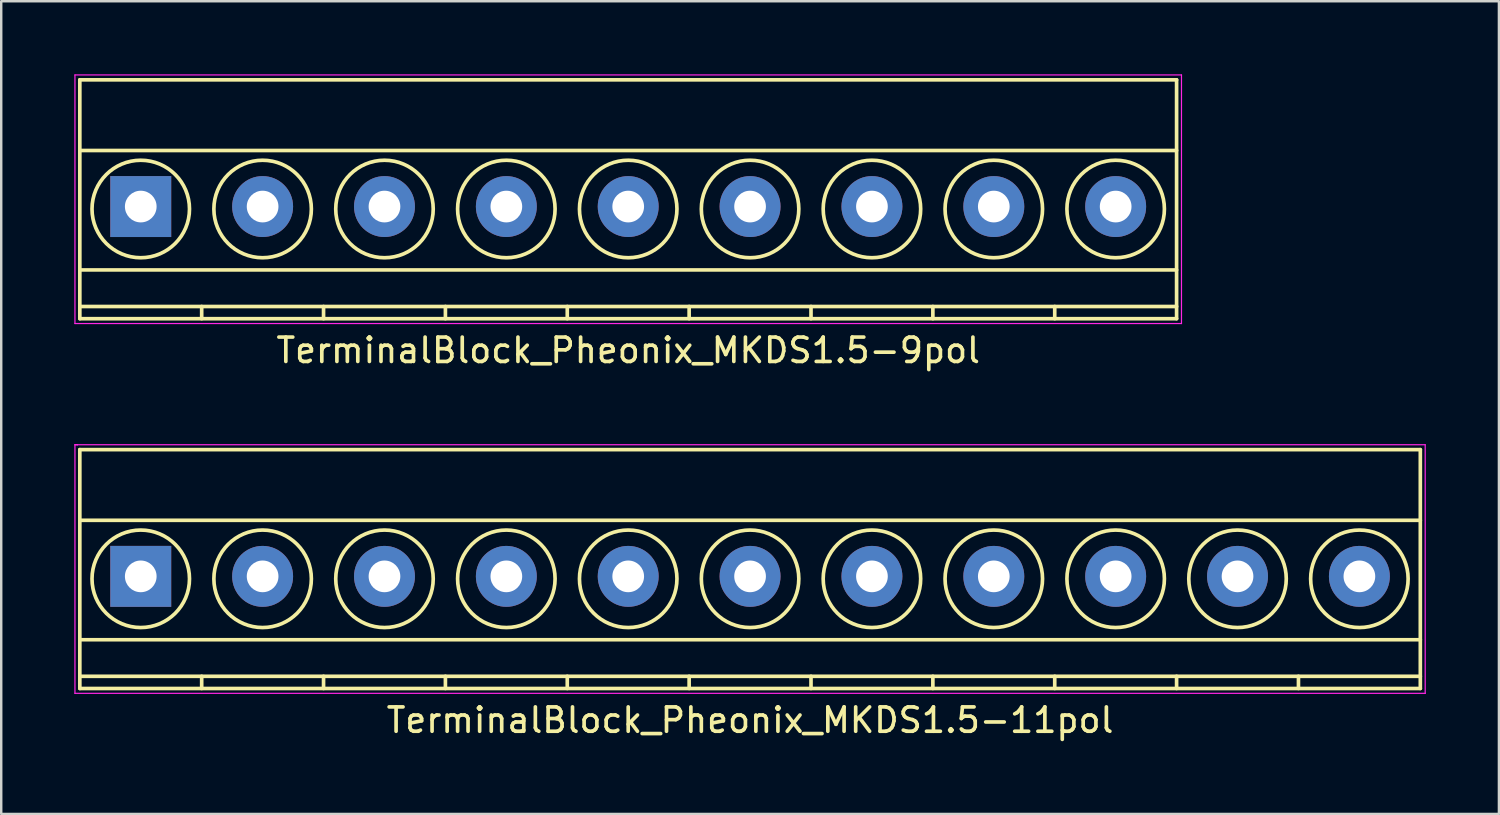
<source format=kicad_pcb>
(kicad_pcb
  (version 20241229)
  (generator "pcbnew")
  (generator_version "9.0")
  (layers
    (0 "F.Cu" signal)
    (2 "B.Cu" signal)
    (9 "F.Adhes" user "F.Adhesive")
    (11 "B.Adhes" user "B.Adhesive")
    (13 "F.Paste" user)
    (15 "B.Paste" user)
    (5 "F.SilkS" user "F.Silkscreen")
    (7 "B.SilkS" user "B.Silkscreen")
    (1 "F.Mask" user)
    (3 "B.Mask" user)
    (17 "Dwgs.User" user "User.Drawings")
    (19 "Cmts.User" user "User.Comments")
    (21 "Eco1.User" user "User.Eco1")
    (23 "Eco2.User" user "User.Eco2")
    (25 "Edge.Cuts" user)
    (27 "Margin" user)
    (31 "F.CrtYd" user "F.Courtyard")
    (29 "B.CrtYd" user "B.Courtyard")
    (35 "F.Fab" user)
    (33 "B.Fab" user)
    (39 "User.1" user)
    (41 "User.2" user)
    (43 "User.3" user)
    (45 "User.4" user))
  (footprint "TerminalBlock_Pheonix_MKDS1.5-11pol"
    (layer "F.Cu")
    (at 2.725 20.598)
    (property "Reference" "TerminalBlock_Pheonix_MKDS1.5-11pol" (at 25 5.9 0) (layer "F.SilkS") (effects (font (size 1 1) (thickness 0.15))))
    (attr through_hole)
    (fp_line (start -2.5 -5.2) (end -2.5 4.6) (stroke (width 0.15) (type solid)) (layer "F.SilkS"))
    (fp_line (start -2.5 -2.3) (end 52.5 -2.3) (stroke (width 0.15) (type solid)) (layer "F.SilkS"))
    (fp_line (start -2.5 2.6) (end 52.5 2.6) (stroke (width 0.15) (type solid)) (layer "F.SilkS"))
    (fp_line (start -2.5 4.1) (end 52.5 4.1) (stroke (width 0.15) (type solid)) (layer "F.SilkS"))
    (fp_line (start -2.5 4.6) (end 52.5 4.6) (stroke (width 0.15) (type solid)) (layer "F.SilkS"))
    (fp_line (start 2.5 4.1) (end 2.5 4.6) (stroke (width 0.15) (type solid)) (layer "F.SilkS"))
    (fp_line (start 7.5 4.1) (end 7.5 4.6) (stroke (width 0.15) (type solid)) (layer "F.SilkS"))
    (fp_line (start 12.5 4.1) (end 12.5 4.6) (stroke (width 0.15) (type solid)) (layer "F.SilkS"))
    (fp_line (start 17.5 4.1) (end 17.5 4.6) (stroke (width 0.15) (type solid)) (layer "F.SilkS"))
    (fp_line (start 22.5 4.1) (end 22.5 4.6) (stroke (width 0.15) (type solid)) (layer "F.SilkS"))
    (fp_line (start 27.5 4.1) (end 27.5 4.6) (stroke (width 0.15) (type solid)) (layer "F.SilkS"))
    (fp_line (start 32.5 4.1) (end 32.5 4.6) (stroke (width 0.15) (type solid)) (layer "F.SilkS"))
    (fp_line (start 37.5 4.1) (end 37.5 4.6) (stroke (width 0.15) (type solid)) (layer "F.SilkS"))
    (fp_line (start 42.5 4.1) (end 42.5 4.6) (stroke (width 0.15) (type solid)) (layer "F.SilkS"))
    (fp_line (start 47.5 4.1) (end 47.5 4.6) (stroke (width 0.15) (type solid)) (layer "F.SilkS"))
    (fp_line (start 52.5 -5.2) (end -2.5 -5.2) (stroke (width 0.15) (type solid)) (layer "F.SilkS"))
    (fp_line (start 52.5 4.6) (end 52.5 -5.2) (stroke (width 0.15) (type solid)) (layer "F.SilkS"))
    (fp_circle (center 0 0.1) (end 2 0.1) (stroke (width 0.15) (type solid)) (fill no) (layer "F.SilkS"))
    (fp_circle (center 5 0.1) (end 3 0.1) (stroke (width 0.15) (type solid)) (fill no) (layer "F.SilkS"))
    (fp_circle (center 10 0.1) (end 8 0.1) (stroke (width 0.15) (type solid)) (fill no) (layer "F.SilkS"))
    (fp_circle (center 15 0.1) (end 13 0.1) (stroke (width 0.15) (type solid)) (fill no) (layer "F.SilkS"))
    (fp_circle (center 20 0.1) (end 18 0.1) (stroke (width 0.15) (type solid)) (fill no) (layer "F.SilkS"))
    (fp_circle (center 25 0.1) (end 23 0.1) (stroke (width 0.15) (type solid)) (fill no) (layer "F.SilkS"))
    (fp_circle (center 30 0.1) (end 28 0.1) (stroke (width 0.15) (type solid)) (fill no) (layer "F.SilkS"))
    (fp_circle (center 35 0.1) (end 33 0.1) (stroke (width 0.15) (type solid)) (fill no) (layer "F.SilkS"))
    (fp_circle (center 40 0.1) (end 38 0.1) (stroke (width 0.15) (type solid)) (fill no) (layer "F.SilkS"))
    (fp_circle (center 45 0.1) (end 43 0.1) (stroke (width 0.15) (type solid)) (fill no) (layer "F.SilkS"))
    (fp_circle (center 50 0.1) (end 48 0.1) (stroke (width 0.15) (type solid)) (fill no) (layer "F.SilkS"))
    (fp_line (start -2.7 -5.4) (end -2.7 4.8) (stroke (width 0.05) (type solid)) (layer "F.CrtYd"))
    (fp_line (start -2.7 -5.4) (end -2.6 -5.4) (stroke (width 0.05) (type solid)) (layer "F.CrtYd"))
    (fp_line (start -2.7 4.8) (end 52.7 4.8) (stroke (width 0.05) (type solid)) (layer "F.CrtYd"))
    (fp_line (start -2.6 -5.4) (end -2.7 -5.4) (stroke (width 0.05) (type solid)) (layer "F.CrtYd"))
    (fp_line (start 52.7 -5.4) (end -2.6 -5.4) (stroke (width 0.05) (type solid)) (layer "F.CrtYd"))
    (fp_line (start 52.7 4.8) (end 52.7 -5.4) (stroke (width 0.05) (type solid)) (layer "F.CrtYd"))
    (pad "1" thru_hole rect (at 0 0) (size 2.5 2.5) (drill 1.3) (layers "*.Cu" "*.Mask"))
    (pad "2" thru_hole circle (at 5 0) (size 2.5 2.5) (drill 1.3) (layers "*.Cu" "*.Mask"))
    (pad "3" thru_hole circle (at 10 0) (size 2.5 2.5) (drill 1.3) (layers "*.Cu" "*.Mask"))
    (pad "4" thru_hole circle (at 15 0) (size 2.5 2.5) (drill 1.3) (layers "*.Cu" "*.Mask"))
    (pad "5" thru_hole circle (at 20 0) (size 2.5 2.5) (drill 1.3) (layers "*.Cu" "*.Mask"))
    (pad "6" thru_hole circle (at 25 0) (size 2.5 2.5) (drill 1.3) (layers "*.Cu" "*.Mask"))
    (pad "7" thru_hole circle (at 30 0) (size 2.5 2.5) (drill 1.3) (layers "*.Cu" "*.Mask"))
    (pad "8" thru_hole circle (at 35 0) (size 2.5 2.5) (drill 1.3) (layers "*.Cu" "*.Mask"))
    (pad "9" thru_hole circle (at 40 0) (size 2.5 2.5) (drill 1.3) (layers "*.Cu" "*.Mask"))
    (pad "10" thru_hole circle (at 45 0) (size 2.5 2.5) (drill 1.3) (layers "*.Cu" "*.Mask"))
    (pad "11" thru_hole circle (at 50 0) (size 2.5 2.5) (drill 1.3) (layers "*.Cu" "*.Mask")))
  (footprint "TerminalBlock_Pheonix_MKDS1.5-9pol"
    (layer "F.Cu")
    (at 2.725 5.425)
    (property "Reference" "TerminalBlock_Pheonix_MKDS1.5-9pol" (at 20 5.9 0) (layer "F.SilkS") (effects (font (size 1 1) (thickness 0.15))))
    (attr through_hole)
    (fp_line (start -2.5 -5.2) (end -2.5 4.6) (stroke (width 0.15) (type solid)) (layer "F.SilkS"))
    (fp_line (start -2.5 -2.3) (end 42.5 -2.3) (stroke (width 0.15) (type solid)) (layer "F.SilkS"))
    (fp_line (start -2.5 2.6) (end 42.5 2.6) (stroke (width 0.15) (type solid)) (layer "F.SilkS"))
    (fp_line (start -2.5 4.1) (end 42.5 4.1) (stroke (width 0.15) (type solid)) (layer "F.SilkS"))
    (fp_line (start -2.5 4.6) (end 42.5 4.6) (stroke (width 0.15) (type solid)) (layer "F.SilkS"))
    (fp_line (start 2.5 4.1) (end 2.5 4.6) (stroke (width 0.15) (type solid)) (layer "F.SilkS"))
    (fp_line (start 7.5 4.1) (end 7.5 4.6) (stroke (width 0.15) (type solid)) (layer "F.SilkS"))
    (fp_line (start 12.5 4.1) (end 12.5 4.6) (stroke (width 0.15) (type solid)) (layer "F.SilkS"))
    (fp_line (start 17.5 4.1) (end 17.5 4.6) (stroke (width 0.15) (type solid)) (layer "F.SilkS"))
    (fp_line (start 22.5 4.1) (end 22.5 4.6) (stroke (width 0.15) (type solid)) (layer "F.SilkS"))
    (fp_line (start 27.5 4.1) (end 27.5 4.6) (stroke (width 0.15) (type solid)) (layer "F.SilkS"))
    (fp_line (start 32.5 4.1) (end 32.5 4.6) (stroke (width 0.15) (type solid)) (layer "F.SilkS"))
    (fp_line (start 37.5 4.1) (end 37.5 4.6) (stroke (width 0.15) (type solid)) (layer "F.SilkS"))
    (fp_line (start 42.5 -5.2) (end -2.5 -5.2) (stroke (width 0.15) (type solid)) (layer "F.SilkS"))
    (fp_line (start 42.5 4.6) (end 42.5 -5.2) (stroke (width 0.15) (type solid)) (layer "F.SilkS"))
    (fp_circle (center 0 0.1) (end 2 0.1) (stroke (width 0.15) (type solid)) (fill no) (layer "F.SilkS"))
    (fp_circle (center 5 0.1) (end 3 0.1) (stroke (width 0.15) (type solid)) (fill no) (layer "F.SilkS"))
    (fp_circle (center 10 0.1) (end 8 0.1) (stroke (width 0.15) (type solid)) (fill no) (layer "F.SilkS"))
    (fp_circle (center 15 0.1) (end 13 0.1) (stroke (width 0.15) (type solid)) (fill no) (layer "F.SilkS"))
    (fp_circle (center 20 0.1) (end 18 0.1) (stroke (width 0.15) (type solid)) (fill no) (layer "F.SilkS"))
    (fp_circle (center 25 0.1) (end 23 0.1) (stroke (width 0.15) (type solid)) (fill no) (layer "F.SilkS"))
    (fp_circle (center 30 0.1) (end 28 0.1) (stroke (width 0.15) (type solid)) (fill no) (layer "F.SilkS"))
    (fp_circle (center 35 0.1) (end 33 0.1) (stroke (width 0.15) (type solid)) (fill no) (layer "F.SilkS"))
    (fp_circle (center 40 0.1) (end 38 0.1) (stroke (width 0.15) (type solid)) (fill no) (layer "F.SilkS"))
    (fp_line (start -2.7 -5.4) (end 42.7 -5.4) (stroke (width 0.05) (type solid)) (layer "F.CrtYd"))
    (fp_line (start -2.7 4.8) (end -2.7 -5.4) (stroke (width 0.05) (type solid)) (layer "F.CrtYd"))
    (fp_line (start 42.7 -5.4) (end 42.7 4.8) (stroke (width 0.05) (type solid)) (layer "F.CrtYd"))
    (fp_line (start 42.7 4.8) (end -2.7 4.8) (stroke (width 0.05) (type solid)) (layer "F.CrtYd"))
    (pad "1" thru_hole rect (at 0 0) (size 2.5 2.5) (drill 1.3) (layers "*.Cu" "*.Mask"))
    (pad "2" thru_hole circle (at 5 0) (size 2.5 2.5) (drill 1.3) (layers "*.Cu" "*.Mask"))
    (pad "3" thru_hole circle (at 10 0) (size 2.5 2.5) (drill 1.3) (layers "*.Cu" "*.Mask"))
    (pad "4" thru_hole circle (at 15 0) (size 2.5 2.5) (drill 1.3) (layers "*.Cu" "*.Mask"))
    (pad "5" thru_hole circle (at 20 0) (size 2.5 2.5) (drill 1.3) (layers "*.Cu" "*.Mask"))
    (pad "6" thru_hole circle (at 25 0) (size 2.5 2.5) (drill 1.3) (layers "*.Cu" "*.Mask"))
    (pad "7" thru_hole circle (at 30 0) (size 2.5 2.5) (drill 1.3) (layers "*.Cu" "*.Mask"))
    (pad "8" thru_hole circle (at 35 0) (size 2.5 2.5) (drill 1.3) (layers "*.Cu" "*.Mask"))
    (pad "9" thru_hole circle (at 40 0) (size 2.5 2.5) (drill 1.3) (layers "*.Cu" "*.Mask")))
  (gr_rect
    (start -3 -3)
    (end 58.45 30.346)
    (stroke (width 0.1) (type default))
    (fill no)
    (layer "Edge.Cuts")))
</source>
